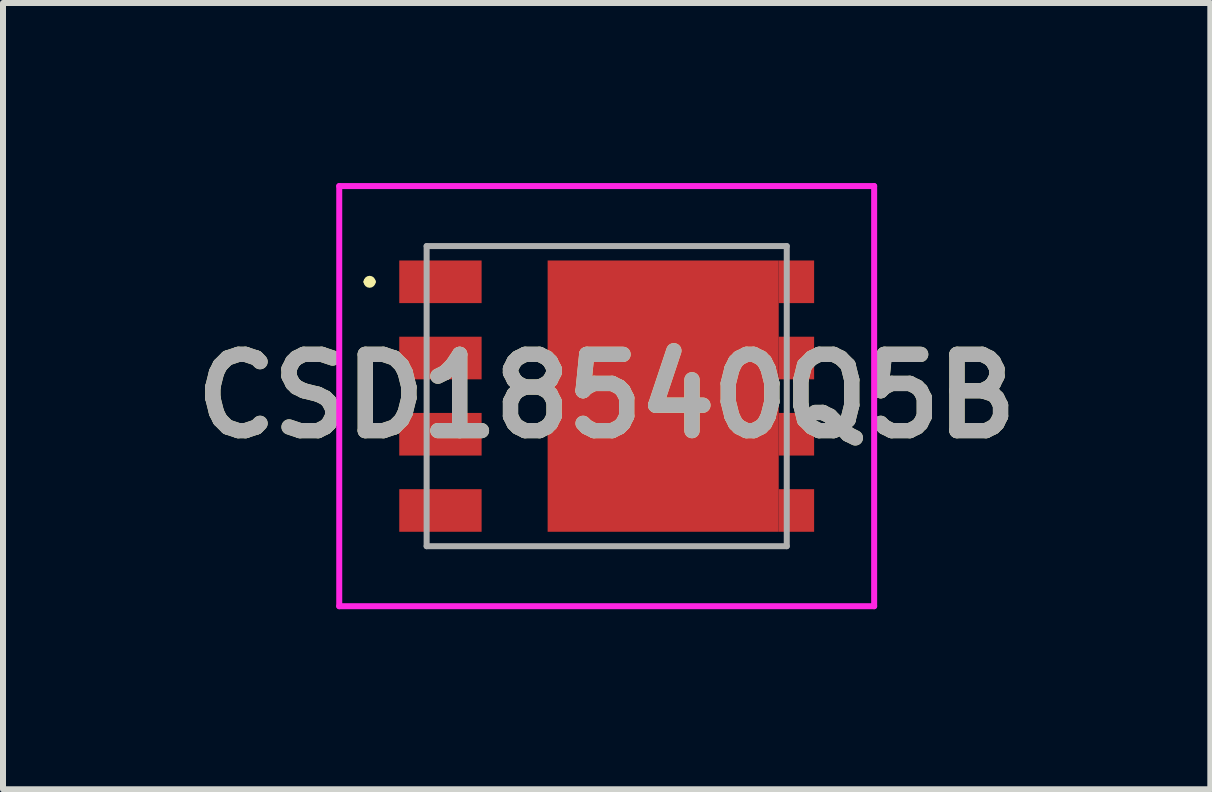
<source format=kicad_pcb>
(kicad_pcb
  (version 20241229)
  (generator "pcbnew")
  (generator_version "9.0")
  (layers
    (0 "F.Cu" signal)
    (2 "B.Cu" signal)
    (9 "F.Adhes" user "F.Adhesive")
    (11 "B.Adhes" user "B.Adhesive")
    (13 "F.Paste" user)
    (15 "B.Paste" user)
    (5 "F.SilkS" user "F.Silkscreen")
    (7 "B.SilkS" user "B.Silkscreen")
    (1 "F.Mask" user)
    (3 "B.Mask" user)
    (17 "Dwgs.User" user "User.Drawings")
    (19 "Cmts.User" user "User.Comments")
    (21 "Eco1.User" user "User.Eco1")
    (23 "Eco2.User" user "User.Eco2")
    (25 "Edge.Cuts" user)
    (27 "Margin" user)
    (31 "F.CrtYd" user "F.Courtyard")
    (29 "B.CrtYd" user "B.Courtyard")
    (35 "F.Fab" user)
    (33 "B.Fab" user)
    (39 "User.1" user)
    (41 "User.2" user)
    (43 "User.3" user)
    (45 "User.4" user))
  (footprint "CSD18540Q5B"
    (layer "F.Cu")
    (at 7.058 3.55)
    (property "Reference" "CSD18540Q5B" (at 0 0 0) (layer "F.SilkS") (effects (font (size 1.27 1.27) (thickness 0.254))))
    (attr smd)
    (fp_line (start -4 -1.905) (end -4 -1.905) (stroke (width 0.1) (type solid)) (layer "F.SilkS"))
    (fp_line (start -3.9 -1.905) (end -3.9 -1.905) (stroke (width 0.1) (type solid)) (layer "F.SilkS"))
    (fp_arc (start -4 -1.905) (mid -3.95 -1.955) (end -3.9 -1.905) (stroke (width 0.1) (type solid)) (layer "F.SilkS"))
    (fp_arc (start -3.9 -1.905) (mid -3.95 -1.855) (end -4 -1.905) (stroke (width 0.1) (type solid)) (layer "F.SilkS"))
    (fp_line (start -4.456 -3.5) (end 4.456 -3.5) (stroke (width 0.1) (type solid)) (layer "F.CrtYd"))
    (fp_line (start -4.456 3.5) (end -4.456 -3.5) (stroke (width 0.1) (type solid)) (layer "F.CrtYd"))
    (fp_line (start 4.456 -3.5) (end 4.456 3.5) (stroke (width 0.1) (type solid)) (layer "F.CrtYd"))
    (fp_line (start 4.456 3.5) (end -4.456 3.5) (stroke (width 0.1) (type solid)) (layer "F.CrtYd"))
    (fp_line (start -3 -2.5) (end -3 2.5) (stroke (width 0.1) (type solid)) (layer "F.Fab"))
    (fp_line (start -3 2.5) (end 3 2.5) (stroke (width 0.1) (type solid)) (layer "F.Fab"))
    (fp_line (start 3 -2.5) (end -3 -2.5) (stroke (width 0.1) (type solid)) (layer "F.Fab"))
    (fp_line (start 3 2.5) (end 3 -2.5) (stroke (width 0.1) (type solid)) (layer "F.Fab"))
    (fp_text user "${REFERENCE}" (at 0 0 0) (layer "F.Fab") (effects (font (size 1.27 1.27) (thickness 0.254))))
    (pad "1" smd rect (at -2.77 1.905 90) (size 0.71 1.372) (layers "F.Cu" "F.Mask" "F.Paste"))
    (pad "2" smd rect (at 0.941 0) (size 3.85 4.52) (layers "F.Cu" "F.Mask" "F.Paste"))
    (pad "2" smd rect (at 3.161 -1.905) (size 0.59 0.71) (layers "F.Cu" "F.Mask" "F.Paste"))
    (pad "2" smd rect (at 3.161 -0.635) (size 0.59 0.71) (layers "F.Cu" "F.Mask" "F.Paste"))
    (pad "2" smd rect (at 3.161 0.635) (size 0.59 0.71) (layers "F.Cu" "F.Mask" "F.Paste"))
    (pad "2" smd rect (at 3.161 1.905) (size 0.59 0.71) (layers "F.Cu" "F.Mask" "F.Paste"))
    (pad "3" smd rect (at -2.77 -1.905 90) (size 0.71 1.372) (layers "F.Cu" "F.Mask" "F.Paste"))
    (pad "3" smd rect (at -2.77 -0.635 90) (size 0.71 1.372) (layers "F.Cu" "F.Mask" "F.Paste"))
    (pad "3" smd rect (at -2.77 0.635 90) (size 0.71 1.372) (layers "F.Cu" "F.Mask" "F.Paste")))
  (gr_rect
    (start -3 -3)
    (end 17.115 10.1)
    (stroke (width 0.1) (type default))
    (fill no)
    (layer "Edge.Cuts")))
</source>
